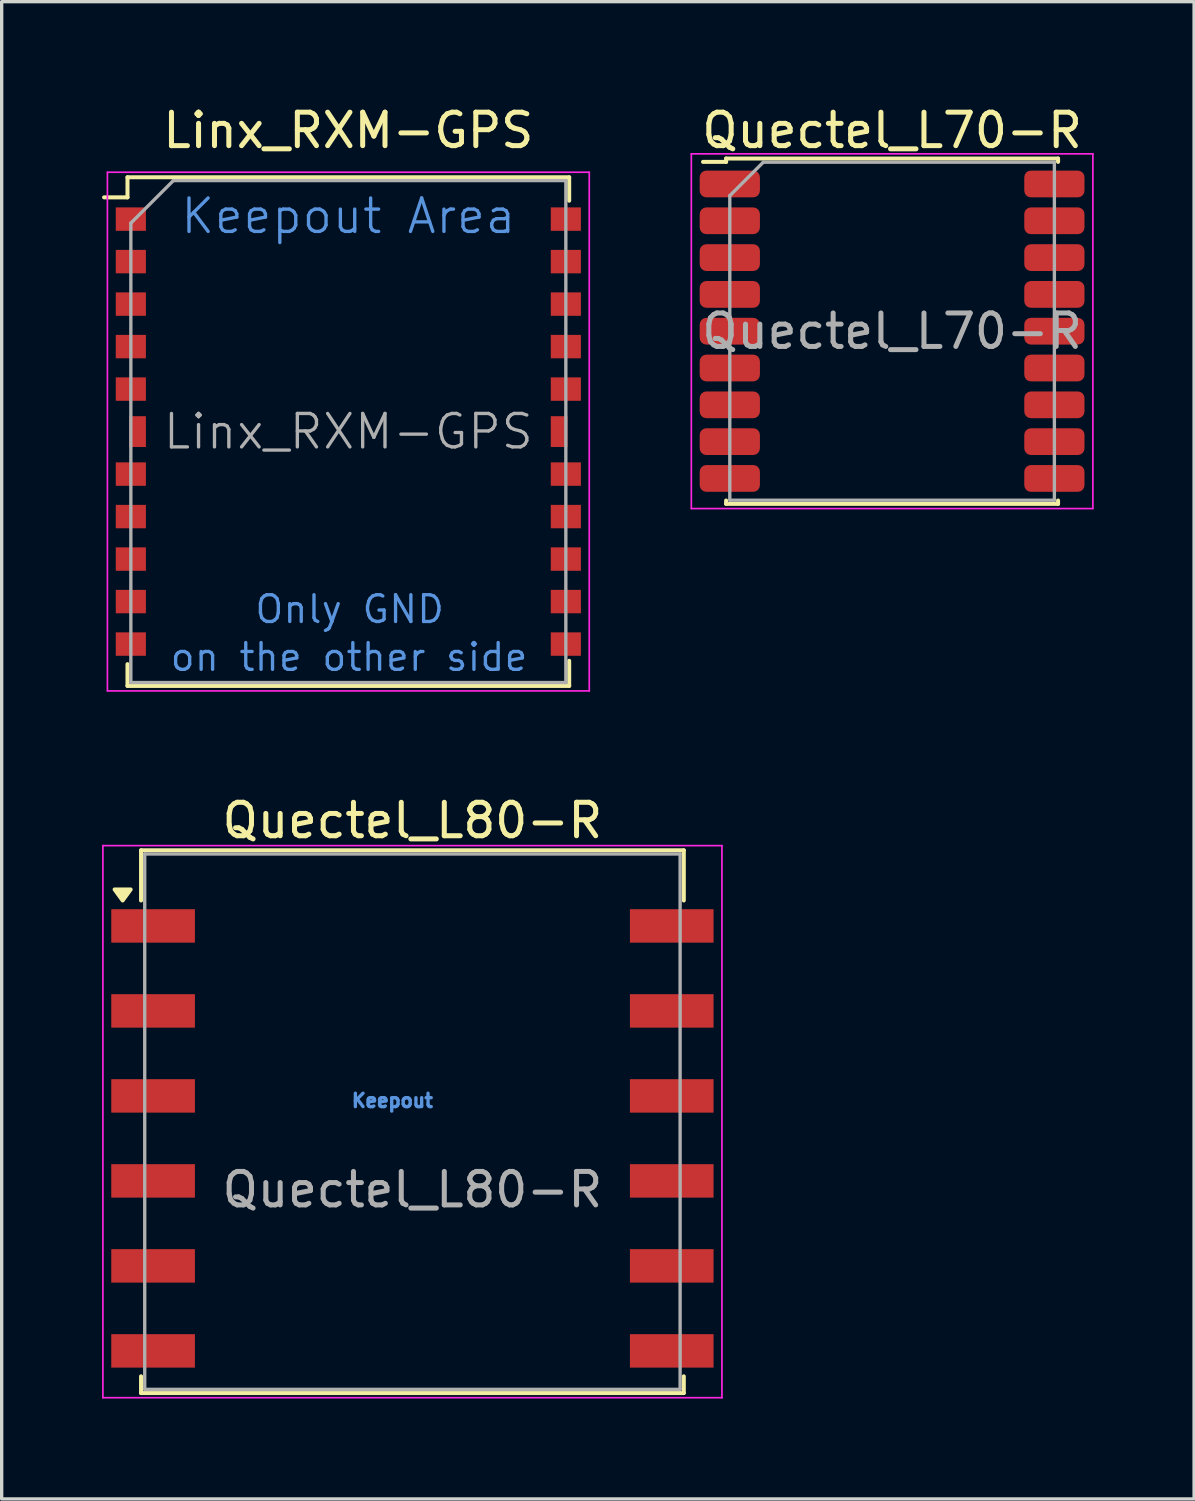
<source format=kicad_pcb>
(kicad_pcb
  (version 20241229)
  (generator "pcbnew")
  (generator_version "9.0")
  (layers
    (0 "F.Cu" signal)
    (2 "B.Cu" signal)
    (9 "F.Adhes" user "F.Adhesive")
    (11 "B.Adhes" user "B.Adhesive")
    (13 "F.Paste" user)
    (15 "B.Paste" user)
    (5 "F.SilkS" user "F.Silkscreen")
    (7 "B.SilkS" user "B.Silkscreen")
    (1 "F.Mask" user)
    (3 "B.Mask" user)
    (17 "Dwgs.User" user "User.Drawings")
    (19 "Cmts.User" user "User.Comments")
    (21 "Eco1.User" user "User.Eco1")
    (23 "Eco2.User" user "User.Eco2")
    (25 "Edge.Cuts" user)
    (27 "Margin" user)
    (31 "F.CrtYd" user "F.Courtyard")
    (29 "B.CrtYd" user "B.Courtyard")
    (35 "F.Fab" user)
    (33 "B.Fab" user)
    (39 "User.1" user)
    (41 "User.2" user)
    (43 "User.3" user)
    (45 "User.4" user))
  (footprint "Quectel_L70-R"
    (layer "F.Cu")
    (at 23.61 6.848)
    (property "Reference" "Quectel_L70-R" (at 0 -6 0) (layer "F.SilkS") (effects (font (size 1 1) (thickness 0.15))))
    (attr smd)
    (fp_line (start -5.65 -5.06) (end -4.96 -5.06) (stroke (width 0.12) (type solid)) (layer "F.SilkS"))
    (fp_line (start -4.96 -5.16) (end -4.96 -5.06) (stroke (width 0.12) (type solid)) (layer "F.SilkS"))
    (fp_line (start -4.96 -5.16) (end 4.96 -5.16) (stroke (width 0.12) (type solid)) (layer "F.SilkS"))
    (fp_line (start -4.96 5.06) (end -4.96 5.16) (stroke (width 0.12) (type solid)) (layer "F.SilkS"))
    (fp_line (start -4.96 5.16) (end 4.96 5.16) (stroke (width 0.12) (type solid)) (layer "F.SilkS"))
    (fp_line (start 4.96 -5.16) (end 4.96 -5.06) (stroke (width 0.12) (type solid)) (layer "F.SilkS"))
    (fp_line (start 4.96 5.06) (end 4.96 5.16) (stroke (width 0.12) (type solid)) (layer "F.SilkS"))
    (fp_line (start -6 -5.3) (end -6 5.3) (stroke (width 0.05) (type solid)) (layer "F.CrtYd"))
    (fp_line (start -6 -5.3) (end 6 -5.3) (stroke (width 0.05) (type solid)) (layer "F.CrtYd"))
    (fp_line (start -6 5.3) (end 6 5.3) (stroke (width 0.05) (type solid)) (layer "F.CrtYd"))
    (fp_line (start 6 -5.3) (end 6 5.3) (stroke (width 0.05) (type solid)) (layer "F.CrtYd"))
    (fp_line (start -4.85 -4.05) (end -4.85 5.05) (stroke (width 0.1) (type solid)) (layer "F.Fab"))
    (fp_line (start -4.85 5.05) (end 4.85 5.05) (stroke (width 0.1) (type solid)) (layer "F.Fab"))
    (fp_line (start -3.85 -5.05) (end -4.85 -4.05) (stroke (width 0.1) (type solid)) (layer "F.Fab"))
    (fp_line (start -3.85 -5.05) (end 4.85 -5.05) (stroke (width 0.1) (type solid)) (layer "F.Fab"))
    (fp_line (start 4.85 -5.05) (end 4.85 5.05) (stroke (width 0.1) (type solid)) (layer "F.Fab"))
    (fp_text user "${REFERENCE}" (at 0 0 0) (layer "F.Fab") (effects (font (size 1 1) (thickness 0.15))))
    (pad "1" smd roundrect (at -4.85 -4.4) (size 1.8 0.8) (layers "F.Cu" "F.Mask" "F.Paste") (roundrect_rratio 0.25))
    (pad "2" smd roundrect (at -4.85 -3.3) (size 1.8 0.8) (layers "F.Cu" "F.Mask" "F.Paste") (roundrect_rratio 0.25))
    (pad "3" smd roundrect (at -4.85 -2.2) (size 1.8 0.8) (layers "F.Cu" "F.Mask" "F.Paste") (roundrect_rratio 0.25))
    (pad "4" smd roundrect (at -4.85 -1.1) (size 1.8 0.8) (layers "F.Cu" "F.Mask" "F.Paste") (roundrect_rratio 0.25))
    (pad "5" smd roundrect (at -4.85 0) (size 1.8 0.8) (layers "F.Cu" "F.Mask" "F.Paste") (roundrect_rratio 0.25))
    (pad "6" smd roundrect (at -4.85 1.1) (size 1.8 0.8) (layers "F.Cu" "F.Mask" "F.Paste") (roundrect_rratio 0.25))
    (pad "7" smd roundrect (at -4.85 2.2) (size 1.8 0.8) (layers "F.Cu" "F.Mask" "F.Paste") (roundrect_rratio 0.25))
    (pad "8" smd roundrect (at -4.85 3.3) (size 1.8 0.8) (layers "F.Cu" "F.Mask" "F.Paste") (roundrect_rratio 0.25))
    (pad "9" smd roundrect (at -4.85 4.4) (size 1.8 0.8) (layers "F.Cu" "F.Mask" "F.Paste") (roundrect_rratio 0.25))
    (pad "10" smd roundrect (at 4.85 4.4) (size 1.8 0.8) (layers "F.Cu" "F.Mask" "F.Paste") (roundrect_rratio 0.25))
    (pad "11" smd roundrect (at 4.85 3.3) (size 1.8 0.8) (layers "F.Cu" "F.Mask" "F.Paste") (roundrect_rratio 0.25))
    (pad "12" smd roundrect (at 4.85 2.2) (size 1.8 0.8) (layers "F.Cu" "F.Mask" "F.Paste") (roundrect_rratio 0.25))
    (pad "13" smd roundrect (at 4.85 1.1) (size 1.8 0.8) (layers "F.Cu" "F.Mask" "F.Paste") (roundrect_rratio 0.25))
    (pad "14" smd roundrect (at 4.85 0) (size 1.8 0.8) (layers "F.Cu" "F.Mask" "F.Paste") (roundrect_rratio 0.25))
    (pad "15" smd roundrect (at 4.85 -1.1) (size 1.8 0.8) (layers "F.Cu" "F.Mask" "F.Paste") (roundrect_rratio 0.25))
    (pad "16" smd roundrect (at 4.85 -2.2) (size 1.8 0.8) (layers "F.Cu" "F.Mask" "F.Paste") (roundrect_rratio 0.25))
    (pad "17" smd roundrect (at 4.85 -3.3) (size 1.8 0.8) (layers "F.Cu" "F.Mask" "F.Paste") (roundrect_rratio 0.25))
    (pad "18" smd roundrect (at 4.85 -4.4) (size 1.8 0.8) (layers "F.Cu" "F.Mask" "F.Paste") (roundrect_rratio 0.25)))
  (footprint "Quectel_L80-R"
    (layer "F.Cu")
    (at 9.275 30.471)
    (property "Reference" "Quectel_L80-R" (at 0 -9 180) (layer "F.SilkS") (effects (font (size 1 1) (thickness 0.15))))
    (attr smd)
    (fp_line (start -8.11 -8.11) (end -8.11 -6.61) (stroke (width 0.12) (type solid)) (layer "F.SilkS"))
    (fp_line (start -8.11 8.11) (end -8.11 7.61) (stroke (width 0.12) (type default)) (layer "F.SilkS"))
    (fp_line (start 8.11 -8.11) (end -8.11 -8.11) (stroke (width 0.12) (type solid)) (layer "F.SilkS"))
    (fp_line (start 8.11 -8.11) (end 8.11 -6.61) (stroke (width 0.12) (type solid)) (layer "F.SilkS"))
    (fp_line (start 8.11 8.11) (end -8.11 8.11) (stroke (width 0.12) (type solid)) (layer "F.SilkS"))
    (fp_line (start 8.11 8.11) (end 8.11 7.61) (stroke (width 0.12) (type default)) (layer "F.SilkS"))
    (fp_poly (pts (xy -8.66 -6.61) (xy -8.9 -6.94) (xy -8.42 -6.94) (xy -8.66 -6.61)) (stroke (width 0.12) (type solid)) (fill yes) (layer "F.SilkS"))
    (fp_line (start -9.25 -8.25) (end -9.25 8.25) (stroke (width 0.05) (type solid)) (layer "F.CrtYd"))
    (fp_line (start -9.25 -8.25) (end 9.25 -8.25) (stroke (width 0.05) (type solid)) (layer "F.CrtYd"))
    (fp_line (start -9.25 8.25) (end 9.25 8.25) (stroke (width 0.05) (type solid)) (layer "F.CrtYd"))
    (fp_line (start 9.25 8.25) (end 9.25 -8.25) (stroke (width 0.05) (type solid)) (layer "F.CrtYd"))
    (fp_line (start -8 8) (end -8 -8) (stroke (width 0.1) (type solid)) (layer "F.Fab"))
    (fp_line (start 8 -8) (end -8 -8) (stroke (width 0.1) (type solid)) (layer "F.Fab"))
    (fp_line (start 8 8) (end -8 8) (stroke (width 0.1) (type solid)) (layer "F.Fab"))
    (fp_line (start 8 8) (end 8 -8) (stroke (width 0.1) (type solid)) (layer "F.Fab"))
    (fp_text user "Keepout" (at -0.6 -0.63 0) (layer "Cmts.User") (effects (font (size 0.4 0.4) (thickness 0.1))))
    (fp_text user "${REFERENCE}" (at 0 2.032 0) (layer "F.Fab") (effects (font (size 1 1) (thickness 0.15))))
    (pad "1" smd rect (at -7.75 -5.85 180) (size 2.5 1) (layers "F.Cu" "F.Mask" "F.Paste"))
    (pad "2" smd rect (at -7.75 -3.31 180) (size 2.5 1) (layers "F.Cu" "F.Mask" "F.Paste"))
    (pad "3" smd rect (at -7.75 -0.77 180) (size 2.5 1) (layers "F.Cu" "F.Mask" "F.Paste"))
    (pad "4" smd rect (at -7.75 1.77 180) (size 2.5 1) (layers "F.Cu" "F.Mask" "F.Paste"))
    (pad "5" smd rect (at -7.75 4.31 180) (size 2.5 1) (layers "F.Cu" "F.Mask" "F.Paste"))
    (pad "6" smd rect (at -7.75 6.85 180) (size 2.5 1) (layers "F.Cu" "F.Mask" "F.Paste"))
    (pad "7" smd rect (at 7.75 6.85 180) (size 2.5 1) (layers "F.Cu" "F.Mask" "F.Paste"))
    (pad "8" smd rect (at 7.75 4.31 180) (size 2.5 1) (layers "F.Cu" "F.Mask" "F.Paste"))
    (pad "9" smd rect (at 7.75 1.77 180) (size 2.5 1) (layers "F.Cu" "F.Mask" "F.Paste"))
    (pad "10" smd rect (at 7.75 -0.77 180) (size 2.5 1) (layers "F.Cu" "F.Mask" "F.Paste"))
    (pad "11" smd rect (at 7.75 -3.31 180) (size 2.5 1) (layers "F.Cu" "F.Mask" "F.Paste"))
    (pad "12" smd rect (at 7.75 -5.85 180) (size 2.5 1) (layers "F.Cu" "F.Mask" "F.Paste"))
    (zone (net_name "") (layer "F.Cu") (hatch full 0.508) (connect_pads) (min_thickness 0.254) (filled_areas_thickness no) (keepout (tracks not_allowed) (vias not_allowed) (pads not_allowed) (copperpour not_allowed) (footprints not_allowed)) (placement (enabled no)) (fill) (polygon (pts (xy 9.93 29.841) (xy 9.911 29.624) (xy 9.854 29.412) (xy 9.762 29.214) (xy 9.636 29.035) (xy 9.482 28.88) (xy 9.302 28.755) (xy 9.104 28.662) (xy 8.893 28.606) (xy 8.675 28.587) (xy 8.457 28.606) (xy 8.246 28.662) (xy 8.048 28.755) (xy 7.868 28.88) (xy 7.714 29.035) (xy 7.588 29.214) (xy 7.496 29.412) (xy 7.439 29.624) (xy 7.42 29.841) (xy 7.439 30.059) (xy 7.496 30.271) (xy 7.588 30.469) (xy 7.714 30.648) (xy 7.868 30.803) (xy 8.048 30.928) (xy 8.246 31.021) (xy 8.457 31.077) (xy 8.675 31.096) (xy 8.893 31.077) (xy 9.104 31.021) (xy 9.302 30.928) (xy 9.482 30.803) (xy 9.636 30.648) (xy 9.762 30.469) (xy 9.854 30.271) (xy 9.911 30.059)))))
  (footprint "Linx_RXM-GPS"
    (layer "F.Cu")
    (at 7.36 9.848)
    (property "Reference" "Linx_RXM-GPS" (at 0 -9 0) (layer "F.SilkS") (effects (font (size 1 1) (thickness 0.15))))
    (attr smd)
    (fp_line (start -6.6 -7.6) (end 6.6 -7.6) (stroke (width 0.12) (type solid)) (layer "F.SilkS"))
    (fp_line (start -6.6 -7) (end -7.3 -7) (stroke (width 0.12) (type solid)) (layer "F.SilkS"))
    (fp_line (start -6.6 -7) (end -6.6 -7.6) (stroke (width 0.12) (type solid)) (layer "F.SilkS"))
    (fp_line (start -6.6 6.95) (end -6.6 7.6) (stroke (width 0.12) (type solid)) (layer "F.SilkS"))
    (fp_line (start -6.6 7.6) (end 6.6 7.6) (stroke (width 0.12) (type solid)) (layer "F.SilkS"))
    (fp_line (start 6.6 -7.6) (end 6.6 -6.9) (stroke (width 0.12) (type solid)) (layer "F.SilkS"))
    (fp_line (start 6.6 7.6) (end 6.6 6.85) (stroke (width 0.12) (type solid)) (layer "F.SilkS"))
    (fp_line (start -7.2 -7.75) (end -7.2 7.75) (stroke (width 0.05) (type solid)) (layer "F.CrtYd"))
    (fp_line (start -7.2 -7.75) (end 7.2 -7.75) (stroke (width 0.05) (type solid)) (layer "F.CrtYd"))
    (fp_line (start -7.2 7.75) (end 7.2 7.75) (stroke (width 0.05) (type solid)) (layer "F.CrtYd"))
    (fp_line (start 7.2 7.75) (end 7.2 -7.75) (stroke (width 0.05) (type solid)) (layer "F.CrtYd"))
    (fp_line (start -6.5 -6.23) (end -6.5 7.5) (stroke (width 0.1) (type solid)) (layer "F.Fab"))
    (fp_line (start -6.5 7.5) (end 6.5 7.5) (stroke (width 0.1) (type solid)) (layer "F.Fab"))
    (fp_line (start -5.23 -7.5) (end -6.5 -6.23) (stroke (width 0.1) (type solid)) (layer "F.Fab"))
    (fp_line (start 6.5 -7.5) (end -5.23 -7.5) (stroke (width 0.1) (type solid)) (layer "F.Fab"))
    (fp_line (start 6.5 7.5) (end 6.5 -7.5) (stroke (width 0.1) (type solid)) (layer "F.Fab"))
    (fp_text user "on the other side" (at 0.02 6.74 0) (layer "Cmts.User") (effects (font (size 0.8 0.8) (thickness 0.1))))
    (fp_text user "Only GND" (at 0.04 5.31 0) (layer "Cmts.User") (effects (font (size 0.8 0.8) (thickness 0.1))))
    (fp_text user "Keepout Area" (at 0 -6.44 0) (layer "Cmts.User") (effects (font (size 1 1) (thickness 0.1))))
    (fp_text user "${REFERENCE}" (at 0 0 0) (layer "F.Fab") (effects (font (size 1 1) (thickness 0.1))))
    (pad "1" smd rect (at -6.5 -6.35 90) (size 0.7 0.9) (layers "F.Cu" "F.Mask" "F.Paste"))
    (pad "2" smd rect (at -6.5 -5.08 90) (size 0.7 0.9) (layers "F.Cu" "F.Mask" "F.Paste"))
    (pad "3" smd rect (at -6.5 -3.81 90) (size 0.7 0.9) (layers "F.Cu" "F.Mask" "F.Paste"))
    (pad "4" smd rect (at -6.5 -2.54 90) (size 0.7 0.9) (layers "F.Cu" "F.Mask" "F.Paste"))
    (pad "5" smd rect (at -6.5 -1.27 90) (size 0.7 0.9) (layers "F.Cu" "F.Mask" "F.Paste"))
    (pad "6" smd rect (at -6.5 1.27 90) (size 0.7 0.9) (layers "F.Cu" "F.Mask" "F.Paste"))
    (pad "7" smd rect (at -6.5 2.54 90) (size 0.7 0.9) (layers "F.Cu" "F.Mask" "F.Paste"))
    (pad "8" smd rect (at -6.5 3.81 90) (size 0.7 0.9) (layers "F.Cu" "F.Mask" "F.Paste"))
    (pad "9" smd rect (at -6.5 5.08 90) (size 0.7 0.9) (layers "F.Cu" "F.Mask" "F.Paste"))
    (pad "10" smd rect (at -6.5 6.35 90) (size 0.7 0.9) (layers "F.Cu" "F.Mask" "F.Paste"))
    (pad "11" smd rect (at 6.5 6.35 90) (size 0.7 0.9) (layers "F.Cu" "F.Mask" "F.Paste"))
    (pad "12" smd rect (at 6.5 5.08 90) (size 0.7 0.9) (layers "F.Cu" "F.Mask" "F.Paste"))
    (pad "13" smd rect (at 6.5 3.81 90) (size 0.7 0.9) (layers "F.Cu" "F.Mask" "F.Paste"))
    (pad "14" smd rect (at 6.5 2.54 90) (size 0.7 0.9) (layers "F.Cu" "F.Mask" "F.Paste"))
    (pad "15" smd rect (at 6.5 1.27 90) (size 0.7 0.9) (layers "F.Cu" "F.Mask" "F.Paste"))
    (pad "16" smd rect (at 6.5 -1.27 90) (size 0.7 0.9) (layers "F.Cu" "F.Mask" "F.Paste"))
    (pad "17" smd rect (at 6.5 -2.54 90) (size 0.7 0.9) (layers "F.Cu" "F.Mask" "F.Paste"))
    (pad "18" smd rect (at 6.5 -3.81 90) (size 0.7 0.9) (layers "F.Cu" "F.Mask" "F.Paste"))
    (pad "19" smd rect (at 6.5 -5.08 90) (size 0.7 0.9) (layers "F.Cu" "F.Mask" "F.Paste"))
    (pad "20" smd rect (at 6.5 -6.35 90) (size 0.7 0.9) (layers "F.Cu" "F.Mask" "F.Paste"))
    (pad "21" smd rect (at -6.3 0 90) (size 0.92 0.5) (layers "F.Cu" "F.Mask" "F.Paste"))
    (pad "22" smd rect (at 6.3 0 90) (size 0.92 0.5) (layers "F.Cu" "F.Mask" "F.Paste"))
    (zone (net_name "") (layer "F.Cu") (hatch full 0.508) (connect_pads) (min_thickness 0.254) (filled_areas_thickness no) (keepout (tracks not_allowed) (vias not_allowed) (pads not_allowed) (copperpour not_allowed) (footprints not_allowed)) (placement (enabled no)) (fill) (polygon (pts (xy 1.31 2.348) (xy 13.41 2.348) (xy 13.41 17.348) (xy 1.31 17.348)))))
  (gr_rect
    (start -3 -3)
    (end 32.635 41.746)
    (stroke (width 0.1) (type default))
    (fill no)
    (layer "Edge.Cuts")))
</source>
